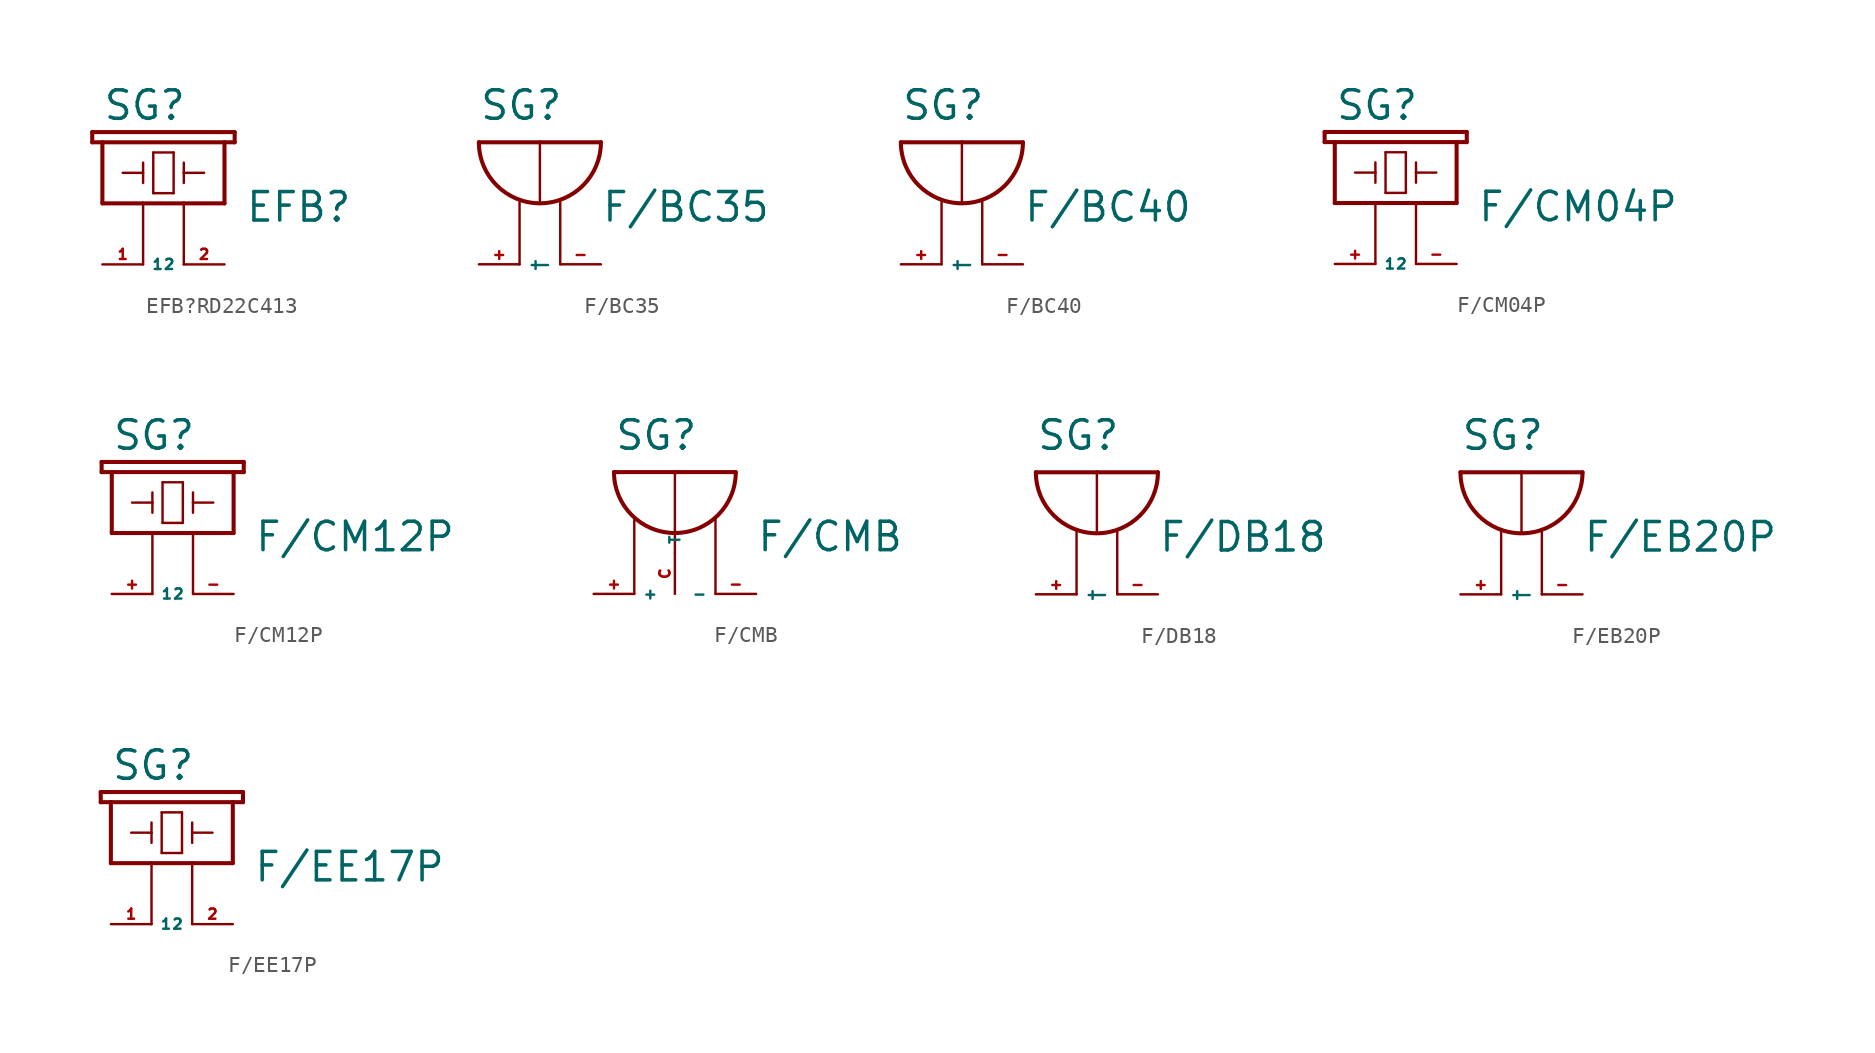
<source format=kicad_sym>
(kicad_symbol_lib
  (version 20220914)
  (generator Eagle2Kicad)
  (symbol "EFB?RD22C413"
    (property "Reference" "SG"
      (at -2.54 6.35 0)
      (effects (font (size 1.778 1.778) (thickness 0.22)) (justify left bottom)))
    (property "Value" "EFB?"
      (at 6.35 0 0)
      (effects (font (size 1.778 1.778) (thickness 0.22)) (justify left bottom)))
    (polyline
      (pts (xy -1.27 3.175) (xy 0 3.175))
      (stroke (width 0.152) (type default))
      (fill (type none)))
    (polyline
      (pts (xy 0 3.175) (xy 0 3.81))
      (stroke (width 0.152) (type default))
      (fill (type none)))
    (polyline
      (pts (xy 0 3.175) (xy 0 2.54))
      (stroke (width 0.152) (type default))
      (fill (type none)))
    (polyline
      (pts (xy 0.635 4.445) (xy 0.635 1.905))
      (stroke (width 0.152) (type default))
      (fill (type none)))
    (polyline
      (pts (xy 0.635 1.905) (xy 1.905 1.905))
      (stroke (width 0.152) (type default))
      (fill (type none)))
    (polyline
      (pts (xy 1.905 1.905) (xy 1.905 4.445))
      (stroke (width 0.152) (type default))
      (fill (type none)))
    (polyline
      (pts (xy 1.905 4.445) (xy 0.635 4.445))
      (stroke (width 0.152) (type default))
      (fill (type none)))
    (polyline
      (pts (xy 2.54 3.81) (xy 2.54 3.175))
      (stroke (width 0.152) (type default))
      (fill (type none)))
    (polyline
      (pts (xy 2.54 3.175) (xy 3.81 3.175))
      (stroke (width 0.152) (type default))
      (fill (type none)))
    (polyline
      (pts (xy 2.54 3.175) (xy 2.54 2.54))
      (stroke (width 0.152) (type default))
      (fill (type none)))
    (polyline
      (pts (xy 2.54 -2.54) (xy 2.54 1.27))
      (stroke (width 0.152) (type default))
      (fill (type none)))
    (polyline
      (pts (xy 0 -2.54) (xy 0 1.27))
      (stroke (width 0.152) (type default))
      (fill (type none)))
    (polyline
      (pts (xy -2.54 1.27) (xy 0 1.27))
      (stroke (width 0.254) (type default))
      (fill (type none)))
    (polyline
      (pts (xy 5.08 1.27) (xy 5.08 5.08))
      (stroke (width 0.254) (type default))
      (fill (type none)))
    (polyline
      (pts (xy 5.08 5.08) (xy 5.715 5.08))
      (stroke (width 0.254) (type default))
      (fill (type none)))
    (polyline
      (pts (xy 5.715 5.08) (xy 5.715 5.715))
      (stroke (width 0.254) (type default))
      (fill (type none)))
    (polyline
      (pts (xy 5.715 5.715) (xy -3.175 5.715))
      (stroke (width 0.254) (type default))
      (fill (type none)))
    (polyline
      (pts (xy -3.175 5.715) (xy -3.175 5.08))
      (stroke (width 0.254) (type default))
      (fill (type none)))
    (polyline
      (pts (xy -3.175 5.08) (xy -2.54 5.08))
      (stroke (width 0.254) (type default))
      (fill (type none)))
    (polyline
      (pts (xy -2.54 5.08) (xy -2.54 1.27))
      (stroke (width 0.254) (type default))
      (fill (type none)))
    (polyline
      (pts (xy -2.54 5.08) (xy 5.08 5.08))
      (stroke (width 0.254) (type default))
      (fill (type none)))
    (polyline
      (pts (xy 2.54 1.27) (xy 5.08 1.27))
      (stroke (width 0.254) (type default))
      (fill (type none)))
    (polyline
      (pts (xy 0 1.27) (xy 2.54 1.27))
      (stroke (width 0.254) (type default))
      (fill (type none)))
    (pin passive line
      (at 5.08 -2.54 180)
      (length 2.54)
      (name "2" (effects (font (size 0.635 0.635) (thickness 0.08)) (justify left bottom)))
      (number "2" (effects (font (size 0.635 0.635) (thickness 0.08)) (justify left bottom))))
    (pin passive line
      (at -2.54 -2.54 0)
      (length 2.54)
      (name "1" (effects (font (size 0.635 0.635) (thickness 0.08)) (justify left bottom)))
      (number "1" (effects (font (size 0.635 0.635) (thickness 0.08)) (justify left bottom)))))
  (symbol "F/BC35"
    (property "Reference" "SG"
      (at -2.54 6.35 0)
      (effects (font (size 1.778 1.778) (thickness 0.22)) (justify left bottom)))
    (property "Value" "F/BC35"
      (at 5.08 0 0)
      (effects (font (size 1.778 1.778) (thickness 0.22)) (justify left bottom)))
    (arc
      (start -2.54 5.08)
      (mid 1.270 1.270)
      (end 5.08 5.08)
      (stroke (width 0.254) (type default))
      (fill (type none)))
    (polyline
      (pts (xy -2.54 5.08) (xy 1.27 5.08))
      (stroke (width 0.254) (type default))
      (fill (type none)))
    (polyline
      (pts (xy 1.27 1.27) (xy 1.27 5.08))
      (stroke (width 0.152) (type default))
      (fill (type none)))
    (polyline
      (pts (xy 1.27 5.08) (xy 5.08 5.08))
      (stroke (width 0.254) (type default))
      (fill (type none)))
    (polyline
      (pts (xy 2.54 -2.54) (xy 2.54 1.397))
      (stroke (width 0.152) (type default))
      (fill (type none)))
    (polyline
      (pts (xy 0 -2.54) (xy 0 1.397))
      (stroke (width 0.152) (type default))
      (fill (type none)))
    (pin passive line
      (at 5.08 -2.54 180)
      (length 2.54)
      (name "-" (effects (font (size 0.635 0.635) (thickness 0.08)) (justify left bottom)))
      (number "-" (effects (font (size 0.635 0.635) (thickness 0.08)) (justify left bottom))))
    (pin passive line
      (at -2.54 -2.54 0)
      (length 2.54)
      (name "+" (effects (font (size 0.635 0.635) (thickness 0.08)) (justify left bottom)))
      (number "+" (effects (font (size 0.635 0.635) (thickness 0.08)) (justify left bottom)))))
  (symbol "F/BC40"
    (property "Reference" "SG"
      (at -2.54 6.35 0)
      (effects (font (size 1.778 1.778) (thickness 0.22)) (justify left bottom)))
    (property "Value" "F/BC40"
      (at 5.08 0 0)
      (effects (font (size 1.778 1.778) (thickness 0.22)) (justify left bottom)))
    (arc
      (start -2.54 5.08)
      (mid 1.270 1.270)
      (end 5.08 5.08)
      (stroke (width 0.254) (type default))
      (fill (type none)))
    (polyline
      (pts (xy -2.54 5.08) (xy 1.27 5.08))
      (stroke (width 0.254) (type default))
      (fill (type none)))
    (polyline
      (pts (xy 1.27 1.27) (xy 1.27 5.08))
      (stroke (width 0.152) (type default))
      (fill (type none)))
    (polyline
      (pts (xy 1.27 5.08) (xy 5.08 5.08))
      (stroke (width 0.254) (type default))
      (fill (type none)))
    (polyline
      (pts (xy 2.54 -2.54) (xy 2.54 1.397))
      (stroke (width 0.152) (type default))
      (fill (type none)))
    (polyline
      (pts (xy 0 -2.54) (xy 0 1.397))
      (stroke (width 0.152) (type default))
      (fill (type none)))
    (pin passive line
      (at 5.08 -2.54 180)
      (length 2.54)
      (name "-" (effects (font (size 0.635 0.635) (thickness 0.08)) (justify left bottom)))
      (number "-" (effects (font (size 0.635 0.635) (thickness 0.08)) (justify left bottom))))
    (pin passive line
      (at -2.54 -2.54 0)
      (length 2.54)
      (name "+" (effects (font (size 0.635 0.635) (thickness 0.08)) (justify left bottom)))
      (number "+" (effects (font (size 0.635 0.635) (thickness 0.08)) (justify left bottom)))))
  (symbol "F/CM04P"
    (property "Reference" "SG"
      (at -2.54 6.35 0)
      (effects (font (size 1.778 1.778) (thickness 0.22)) (justify left bottom)))
    (property "Value" "F/CM04P"
      (at 6.35 0 0)
      (effects (font (size 1.778 1.778) (thickness 0.22)) (justify left bottom)))
    (polyline
      (pts (xy -1.27 3.175) (xy 0 3.175))
      (stroke (width 0.152) (type default))
      (fill (type none)))
    (polyline
      (pts (xy 0 3.175) (xy 0 3.81))
      (stroke (width 0.152) (type default))
      (fill (type none)))
    (polyline
      (pts (xy 0 3.175) (xy 0 2.54))
      (stroke (width 0.152) (type default))
      (fill (type none)))
    (polyline
      (pts (xy 0.635 4.445) (xy 0.635 1.905))
      (stroke (width 0.152) (type default))
      (fill (type none)))
    (polyline
      (pts (xy 0.635 1.905) (xy 1.905 1.905))
      (stroke (width 0.152) (type default))
      (fill (type none)))
    (polyline
      (pts (xy 1.905 1.905) (xy 1.905 4.445))
      (stroke (width 0.152) (type default))
      (fill (type none)))
    (polyline
      (pts (xy 1.905 4.445) (xy 0.635 4.445))
      (stroke (width 0.152) (type default))
      (fill (type none)))
    (polyline
      (pts (xy 2.54 3.81) (xy 2.54 3.175))
      (stroke (width 0.152) (type default))
      (fill (type none)))
    (polyline
      (pts (xy 2.54 3.175) (xy 3.81 3.175))
      (stroke (width 0.152) (type default))
      (fill (type none)))
    (polyline
      (pts (xy 2.54 3.175) (xy 2.54 2.54))
      (stroke (width 0.152) (type default))
      (fill (type none)))
    (polyline
      (pts (xy 2.54 -2.54) (xy 2.54 1.27))
      (stroke (width 0.152) (type default))
      (fill (type none)))
    (polyline
      (pts (xy 0 -2.54) (xy 0 1.27))
      (stroke (width 0.152) (type default))
      (fill (type none)))
    (polyline
      (pts (xy -2.54 1.27) (xy 0 1.27))
      (stroke (width 0.254) (type default))
      (fill (type none)))
    (polyline
      (pts (xy 5.08 1.27) (xy 5.08 5.08))
      (stroke (width 0.254) (type default))
      (fill (type none)))
    (polyline
      (pts (xy 5.08 5.08) (xy 5.715 5.08))
      (stroke (width 0.254) (type default))
      (fill (type none)))
    (polyline
      (pts (xy 5.715 5.08) (xy 5.715 5.715))
      (stroke (width 0.254) (type default))
      (fill (type none)))
    (polyline
      (pts (xy 5.715 5.715) (xy -3.175 5.715))
      (stroke (width 0.254) (type default))
      (fill (type none)))
    (polyline
      (pts (xy -3.175 5.715) (xy -3.175 5.08))
      (stroke (width 0.254) (type default))
      (fill (type none)))
    (polyline
      (pts (xy -3.175 5.08) (xy -2.54 5.08))
      (stroke (width 0.254) (type default))
      (fill (type none)))
    (polyline
      (pts (xy -2.54 5.08) (xy -2.54 1.27))
      (stroke (width 0.254) (type default))
      (fill (type none)))
    (polyline
      (pts (xy -2.54 5.08) (xy 5.08 5.08))
      (stroke (width 0.254) (type default))
      (fill (type none)))
    (polyline
      (pts (xy 2.54 1.27) (xy 5.08 1.27))
      (stroke (width 0.254) (type default))
      (fill (type none)))
    (polyline
      (pts (xy 0 1.27) (xy 2.54 1.27))
      (stroke (width 0.254) (type default))
      (fill (type none)))
    (pin passive line
      (at 5.08 -2.54 180)
      (length 2.54)
      (name "2" (effects (font (size 0.635 0.635) (thickness 0.08)) (justify left bottom)))
      (number "-" (effects (font (size 0.635 0.635) (thickness 0.08)) (justify left bottom))))
    (pin passive line
      (at -2.54 -2.54 0)
      (length 2.54)
      (name "1" (effects (font (size 0.635 0.635) (thickness 0.08)) (justify left bottom)))
      (number "+" (effects (font (size 0.635 0.635) (thickness 0.08)) (justify left bottom)))))
  (symbol "F/CM12P"
    (property "Reference" "SG"
      (at -2.54 6.35 0)
      (effects (font (size 1.778 1.778) (thickness 0.22)) (justify left bottom)))
    (property "Value" "F/CM12P"
      (at 6.35 0 0)
      (effects (font (size 1.778 1.778) (thickness 0.22)) (justify left bottom)))
    (polyline
      (pts (xy -1.27 3.175) (xy 0 3.175))
      (stroke (width 0.152) (type default))
      (fill (type none)))
    (polyline
      (pts (xy 0 3.175) (xy 0 3.81))
      (stroke (width 0.152) (type default))
      (fill (type none)))
    (polyline
      (pts (xy 0 3.175) (xy 0 2.54))
      (stroke (width 0.152) (type default))
      (fill (type none)))
    (polyline
      (pts (xy 0.635 4.445) (xy 0.635 1.905))
      (stroke (width 0.152) (type default))
      (fill (type none)))
    (polyline
      (pts (xy 0.635 1.905) (xy 1.905 1.905))
      (stroke (width 0.152) (type default))
      (fill (type none)))
    (polyline
      (pts (xy 1.905 1.905) (xy 1.905 4.445))
      (stroke (width 0.152) (type default))
      (fill (type none)))
    (polyline
      (pts (xy 1.905 4.445) (xy 0.635 4.445))
      (stroke (width 0.152) (type default))
      (fill (type none)))
    (polyline
      (pts (xy 2.54 3.81) (xy 2.54 3.175))
      (stroke (width 0.152) (type default))
      (fill (type none)))
    (polyline
      (pts (xy 2.54 3.175) (xy 3.81 3.175))
      (stroke (width 0.152) (type default))
      (fill (type none)))
    (polyline
      (pts (xy 2.54 3.175) (xy 2.54 2.54))
      (stroke (width 0.152) (type default))
      (fill (type none)))
    (polyline
      (pts (xy 2.54 -2.54) (xy 2.54 1.27))
      (stroke (width 0.152) (type default))
      (fill (type none)))
    (polyline
      (pts (xy 0 -2.54) (xy 0 1.27))
      (stroke (width 0.152) (type default))
      (fill (type none)))
    (polyline
      (pts (xy -2.54 1.27) (xy 0 1.27))
      (stroke (width 0.254) (type default))
      (fill (type none)))
    (polyline
      (pts (xy 5.08 1.27) (xy 5.08 5.08))
      (stroke (width 0.254) (type default))
      (fill (type none)))
    (polyline
      (pts (xy 5.08 5.08) (xy 5.715 5.08))
      (stroke (width 0.254) (type default))
      (fill (type none)))
    (polyline
      (pts (xy 5.715 5.08) (xy 5.715 5.715))
      (stroke (width 0.254) (type default))
      (fill (type none)))
    (polyline
      (pts (xy 5.715 5.715) (xy -3.175 5.715))
      (stroke (width 0.254) (type default))
      (fill (type none)))
    (polyline
      (pts (xy -3.175 5.715) (xy -3.175 5.08))
      (stroke (width 0.254) (type default))
      (fill (type none)))
    (polyline
      (pts (xy -3.175 5.08) (xy -2.54 5.08))
      (stroke (width 0.254) (type default))
      (fill (type none)))
    (polyline
      (pts (xy -2.54 5.08) (xy -2.54 1.27))
      (stroke (width 0.254) (type default))
      (fill (type none)))
    (polyline
      (pts (xy -2.54 5.08) (xy 5.08 5.08))
      (stroke (width 0.254) (type default))
      (fill (type none)))
    (polyline
      (pts (xy 2.54 1.27) (xy 5.08 1.27))
      (stroke (width 0.254) (type default))
      (fill (type none)))
    (polyline
      (pts (xy 0 1.27) (xy 2.54 1.27))
      (stroke (width 0.254) (type default))
      (fill (type none)))
    (pin passive line
      (at 5.08 -2.54 180)
      (length 2.54)
      (name "2" (effects (font (size 0.635 0.635) (thickness 0.08)) (justify left bottom)))
      (number "-" (effects (font (size 0.635 0.635) (thickness 0.08)) (justify left bottom))))
    (pin passive line
      (at -2.54 -2.54 0)
      (length 2.54)
      (name "1" (effects (font (size 0.635 0.635) (thickness 0.08)) (justify left bottom)))
      (number "+" (effects (font (size 0.635 0.635) (thickness 0.08)) (justify left bottom)))))
  (symbol "F/CMB"
    (property "Reference" "SG"
      (at -3.81 6.35 0)
      (effects (font (size 1.778 1.778) (thickness 0.22)) (justify left bottom)))
    (property "Value" "F/CMB"
      (at 5.08 0 0)
      (effects (font (size 1.778 1.778) (thickness 0.22)) (justify left bottom)))
    (arc
      (start -3.81 5.08)
      (mid 0.000 1.270)
      (end 3.81 5.08)
      (stroke (width 0.254) (type default))
      (fill (type none)))
    (polyline
      (pts (xy -3.81 5.08) (xy 0 5.08))
      (stroke (width 0.254) (type default))
      (fill (type none)))
    (polyline
      (pts (xy 0 5.08) (xy 3.81 5.08))
      (stroke (width 0.254) (type default))
      (fill (type none)))
    (polyline
      (pts (xy 2.54 -2.54) (xy 2.54 2.159))
      (stroke (width 0.152) (type default))
      (fill (type none)))
    (polyline
      (pts (xy 0 0) (xy 0 5.08))
      (stroke (width 0.152) (type default))
      (fill (type none)))
    (polyline
      (pts (xy -2.54 -2.54) (xy -2.54 2.159))
      (stroke (width 0.152) (type default))
      (fill (type none)))
    (pin passive line
      (at 5.08 -2.54 180)
      (length 2.54)
      (name "-" (effects (font (size 0.635 0.635) (thickness 0.08)) (justify left bottom)))
      (number "-" (effects (font (size 0.635 0.635) (thickness 0.08)) (justify left bottom))))
    (pin passive line
      (at -5.08 -2.54 0)
      (length 2.54)
      (name "+" (effects (font (size 0.635 0.635) (thickness 0.08)) (justify left bottom)))
      (number "+" (effects (font (size 0.635 0.635) (thickness 0.08)) (justify left bottom))))
    (pin passive line
      (at 0 -2.54 90)
      (length 2.54)
      (name "T" (effects (font (size 0.635 0.635) (thickness 0.08)) (justify left bottom)))
      (number "C" (effects (font (size 0.635 0.635) (thickness 0.08)) (justify left bottom)))))
  (symbol "F/DB18"
    (property "Reference" "SG"
      (at -2.54 6.35 0)
      (effects (font (size 1.778 1.778) (thickness 0.22)) (justify left bottom)))
    (property "Value" "F/DB18"
      (at 5.08 0 0)
      (effects (font (size 1.778 1.778) (thickness 0.22)) (justify left bottom)))
    (arc
      (start -2.54 5.08)
      (mid 1.270 1.270)
      (end 5.08 5.08)
      (stroke (width 0.254) (type default))
      (fill (type none)))
    (polyline
      (pts (xy -2.54 5.08) (xy 1.27 5.08))
      (stroke (width 0.254) (type default))
      (fill (type none)))
    (polyline
      (pts (xy 1.27 1.27) (xy 1.27 5.08))
      (stroke (width 0.152) (type default))
      (fill (type none)))
    (polyline
      (pts (xy 1.27 5.08) (xy 5.08 5.08))
      (stroke (width 0.254) (type default))
      (fill (type none)))
    (polyline
      (pts (xy 2.54 -2.54) (xy 2.54 1.397))
      (stroke (width 0.152) (type default))
      (fill (type none)))
    (polyline
      (pts (xy 0 -2.54) (xy 0 1.397))
      (stroke (width 0.152) (type default))
      (fill (type none)))
    (pin passive line
      (at 5.08 -2.54 180)
      (length 2.54)
      (name "-" (effects (font (size 0.635 0.635) (thickness 0.08)) (justify left bottom)))
      (number "-" (effects (font (size 0.635 0.635) (thickness 0.08)) (justify left bottom))))
    (pin passive line
      (at -2.54 -2.54 0)
      (length 2.54)
      (name "+" (effects (font (size 0.635 0.635) (thickness 0.08)) (justify left bottom)))
      (number "+" (effects (font (size 0.635 0.635) (thickness 0.08)) (justify left bottom)))))
  (symbol "F/EB20P"
    (property "Reference" "SG"
      (at -2.54 6.35 0)
      (effects (font (size 1.778 1.778) (thickness 0.22)) (justify left bottom)))
    (property "Value" "F/EB20P"
      (at 5.08 0 0)
      (effects (font (size 1.778 1.778) (thickness 0.22)) (justify left bottom)))
    (arc
      (start -2.54 5.08)
      (mid 1.270 1.270)
      (end 5.08 5.08)
      (stroke (width 0.254) (type default))
      (fill (type none)))
    (polyline
      (pts (xy -2.54 5.08) (xy 1.27 5.08))
      (stroke (width 0.254) (type default))
      (fill (type none)))
    (polyline
      (pts (xy 1.27 1.27) (xy 1.27 5.08))
      (stroke (width 0.152) (type default))
      (fill (type none)))
    (polyline
      (pts (xy 1.27 5.08) (xy 5.08 5.08))
      (stroke (width 0.254) (type default))
      (fill (type none)))
    (polyline
      (pts (xy 2.54 -2.54) (xy 2.54 1.397))
      (stroke (width 0.152) (type default))
      (fill (type none)))
    (polyline
      (pts (xy 0 -2.54) (xy 0 1.397))
      (stroke (width 0.152) (type default))
      (fill (type none)))
    (pin passive line
      (at 5.08 -2.54 180)
      (length 2.54)
      (name "-" (effects (font (size 0.635 0.635) (thickness 0.08)) (justify left bottom)))
      (number "-" (effects (font (size 0.635 0.635) (thickness 0.08)) (justify left bottom))))
    (pin passive line
      (at -2.54 -2.54 0)
      (length 2.54)
      (name "+" (effects (font (size 0.635 0.635) (thickness 0.08)) (justify left bottom)))
      (number "+" (effects (font (size 0.635 0.635) (thickness 0.08)) (justify left bottom)))))
  (symbol "F/EE17P"
    (property "Reference" "SG"
      (at -2.54 6.35 0)
      (effects (font (size 1.778 1.778) (thickness 0.22)) (justify left bottom)))
    (property "Value" "F/EE17P"
      (at 6.35 0 0)
      (effects (font (size 1.778 1.778) (thickness 0.22)) (justify left bottom)))
    (polyline
      (pts (xy -1.27 3.175) (xy 0 3.175))
      (stroke (width 0.152) (type default))
      (fill (type none)))
    (polyline
      (pts (xy 0 3.175) (xy 0 3.81))
      (stroke (width 0.152) (type default))
      (fill (type none)))
    (polyline
      (pts (xy 0 3.175) (xy 0 2.54))
      (stroke (width 0.152) (type default))
      (fill (type none)))
    (polyline
      (pts (xy 0.635 4.445) (xy 0.635 1.905))
      (stroke (width 0.152) (type default))
      (fill (type none)))
    (polyline
      (pts (xy 0.635 1.905) (xy 1.905 1.905))
      (stroke (width 0.152) (type default))
      (fill (type none)))
    (polyline
      (pts (xy 1.905 1.905) (xy 1.905 4.445))
      (stroke (width 0.152) (type default))
      (fill (type none)))
    (polyline
      (pts (xy 1.905 4.445) (xy 0.635 4.445))
      (stroke (width 0.152) (type default))
      (fill (type none)))
    (polyline
      (pts (xy 2.54 3.81) (xy 2.54 3.175))
      (stroke (width 0.152) (type default))
      (fill (type none)))
    (polyline
      (pts (xy 2.54 3.175) (xy 3.81 3.175))
      (stroke (width 0.152) (type default))
      (fill (type none)))
    (polyline
      (pts (xy 2.54 3.175) (xy 2.54 2.54))
      (stroke (width 0.152) (type default))
      (fill (type none)))
    (polyline
      (pts (xy 2.54 -2.54) (xy 2.54 1.27))
      (stroke (width 0.152) (type default))
      (fill (type none)))
    (polyline
      (pts (xy 0 -2.54) (xy 0 1.27))
      (stroke (width 0.152) (type default))
      (fill (type none)))
    (polyline
      (pts (xy -2.54 1.27) (xy 0 1.27))
      (stroke (width 0.254) (type default))
      (fill (type none)))
    (polyline
      (pts (xy 5.08 1.27) (xy 5.08 5.08))
      (stroke (width 0.254) (type default))
      (fill (type none)))
    (polyline
      (pts (xy 5.08 5.08) (xy 5.715 5.08))
      (stroke (width 0.254) (type default))
      (fill (type none)))
    (polyline
      (pts (xy 5.715 5.08) (xy 5.715 5.715))
      (stroke (width 0.254) (type default))
      (fill (type none)))
    (polyline
      (pts (xy 5.715 5.715) (xy -3.175 5.715))
      (stroke (width 0.254) (type default))
      (fill (type none)))
    (polyline
      (pts (xy -3.175 5.715) (xy -3.175 5.08))
      (stroke (width 0.254) (type default))
      (fill (type none)))
    (polyline
      (pts (xy -3.175 5.08) (xy -2.54 5.08))
      (stroke (width 0.254) (type default))
      (fill (type none)))
    (polyline
      (pts (xy -2.54 5.08) (xy -2.54 1.27))
      (stroke (width 0.254) (type default))
      (fill (type none)))
    (polyline
      (pts (xy -2.54 5.08) (xy 5.08 5.08))
      (stroke (width 0.254) (type default))
      (fill (type none)))
    (polyline
      (pts (xy 2.54 1.27) (xy 5.08 1.27))
      (stroke (width 0.254) (type default))
      (fill (type none)))
    (polyline
      (pts (xy 0 1.27) (xy 2.54 1.27))
      (stroke (width 0.254) (type default))
      (fill (type none)))
    (pin passive line
      (at 5.08 -2.54 180)
      (length 2.54)
      (name "2" (effects (font (size 0.635 0.635) (thickness 0.08)) (justify left bottom)))
      (number "2" (effects (font (size 0.635 0.635) (thickness 0.08)) (justify left bottom))))
    (pin passive line
      (at -2.54 -2.54 0)
      (length 2.54)
      (name "1" (effects (font (size 0.635 0.635) (thickness 0.08)) (justify left bottom)))
      (number "1" (effects (font (size 0.635 0.635) (thickness 0.08)) (justify left bottom))))))
</source>
